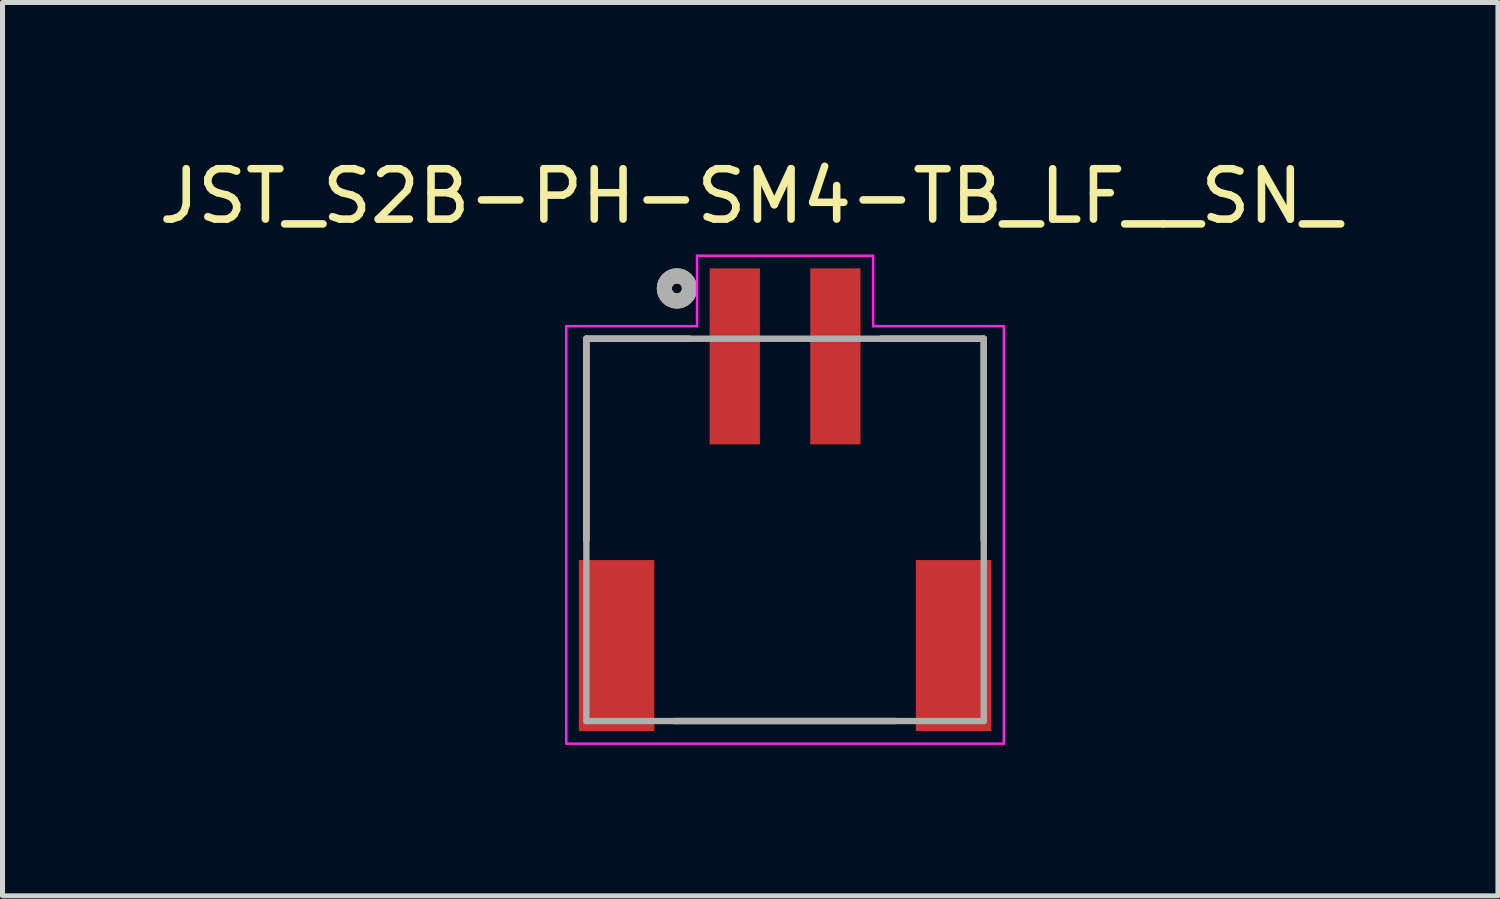
<source format=kicad_pcb>
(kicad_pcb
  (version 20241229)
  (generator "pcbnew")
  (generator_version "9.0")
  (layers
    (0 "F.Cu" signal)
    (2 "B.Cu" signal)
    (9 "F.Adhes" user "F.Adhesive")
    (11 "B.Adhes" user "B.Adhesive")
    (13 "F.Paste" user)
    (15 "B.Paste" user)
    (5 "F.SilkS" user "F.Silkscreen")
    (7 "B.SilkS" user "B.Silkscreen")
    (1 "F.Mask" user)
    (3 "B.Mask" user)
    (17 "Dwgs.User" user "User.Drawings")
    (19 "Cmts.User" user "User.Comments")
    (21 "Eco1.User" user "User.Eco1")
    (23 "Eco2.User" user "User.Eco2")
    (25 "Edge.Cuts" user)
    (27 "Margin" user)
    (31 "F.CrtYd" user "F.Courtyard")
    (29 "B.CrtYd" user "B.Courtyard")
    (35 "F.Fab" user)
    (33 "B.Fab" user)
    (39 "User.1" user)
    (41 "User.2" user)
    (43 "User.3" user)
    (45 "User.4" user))
  (footprint "JST_S2B-PH-SM4-TB_LF__SN_"
    (layer "F.Cu")
    (at 12.557 4.034)
    (property "Reference" "JST_S2B-PH-SM4-TB_LF__SN_" (at -0.692 -3.184 0) (layer "F.SilkS") (effects (font (size 1.002 1.002) (thickness 0.15))))
    (attr smd)
    (fp_line (start -3.95 -0.35) (end -3.95 3.65) (stroke (width 0.127) (type solid)) (layer "F.SilkS"))
    (fp_line (start -2.2 7.25) (end 2.2 7.25) (stroke (width 0.127) (type solid)) (layer "F.SilkS"))
    (fp_line (start -1.9 -0.35) (end -3.95 -0.35) (stroke (width 0.127) (type solid)) (layer "F.SilkS"))
    (fp_line (start 3.95 -0.35) (end 1.9 -0.35) (stroke (width 0.127) (type solid)) (layer "F.SilkS"))
    (fp_line (start 3.95 3.65) (end 3.95 -0.35) (stroke (width 0.127) (type solid)) (layer "F.SilkS"))
    (fp_circle (center -2.15 -1.35) (end -2.05 -1.35) (stroke (width 0.3) (type solid)) (fill no) (layer "F.SilkS"))
    (fp_line (start -4.35 -0.6) (end -1.75 -0.6) (stroke (width 0.05) (type solid)) (layer "F.CrtYd"))
    (fp_line (start -4.35 7.7) (end -4.35 -0.6) (stroke (width 0.05) (type solid)) (layer "F.CrtYd"))
    (fp_line (start -1.75 -2) (end 1.75 -2) (stroke (width 0.05) (type solid)) (layer "F.CrtYd"))
    (fp_line (start -1.75 -0.6) (end -1.75 -2) (stroke (width 0.05) (type solid)) (layer "F.CrtYd"))
    (fp_line (start 1.75 -2) (end 1.75 -0.6) (stroke (width 0.05) (type solid)) (layer "F.CrtYd"))
    (fp_line (start 1.75 -0.6) (end 4.35 -0.6) (stroke (width 0.05) (type solid)) (layer "F.CrtYd"))
    (fp_line (start 4.35 -0.6) (end 4.35 7.7) (stroke (width 0.05) (type solid)) (layer "F.CrtYd"))
    (fp_line (start 4.35 7.7) (end -4.35 7.7) (stroke (width 0.05) (type solid)) (layer "F.CrtYd"))
    (fp_line (start -3.95 -0.35) (end 3.95 -0.35) (stroke (width 0.127) (type solid)) (layer "F.Fab"))
    (fp_line (start -3.95 7.25) (end -3.95 -0.35) (stroke (width 0.127) (type solid)) (layer "F.Fab"))
    (fp_line (start 3.95 -0.35) (end 3.95 7.25) (stroke (width 0.127) (type solid)) (layer "F.Fab"))
    (fp_line (start 3.95 7.25) (end -3.95 7.25) (stroke (width 0.127) (type solid)) (layer "F.Fab"))
    (fp_circle (center -2.15 -1.35) (end -2.05 -1.35) (stroke (width 0.3) (type solid)) (fill no) (layer "F.Fab"))
    (pad "1" smd rect (at -1 0 180) (size 1 3.5) (layers "F.Cu" "F.Mask" "F.Paste"))
    (pad "2" smd rect (at 1 0 180) (size 1 3.5) (layers "F.Cu" "F.Mask" "F.Paste"))
    (pad "S1" smd rect (at -3.35 5.75 180) (size 1.5 3.4) (layers "F.Cu" "F.Mask" "F.Paste"))
    (pad "S2" smd rect (at 3.35 5.75 180) (size 1.5 3.4) (layers "F.Cu" "F.Mask" "F.Paste")))
  (gr_rect
    (start -3 -3)
    (end 26.729 14.759)
    (stroke (width 0.1) (type default))
    (fill no)
    (layer "Edge.Cuts")))
</source>
